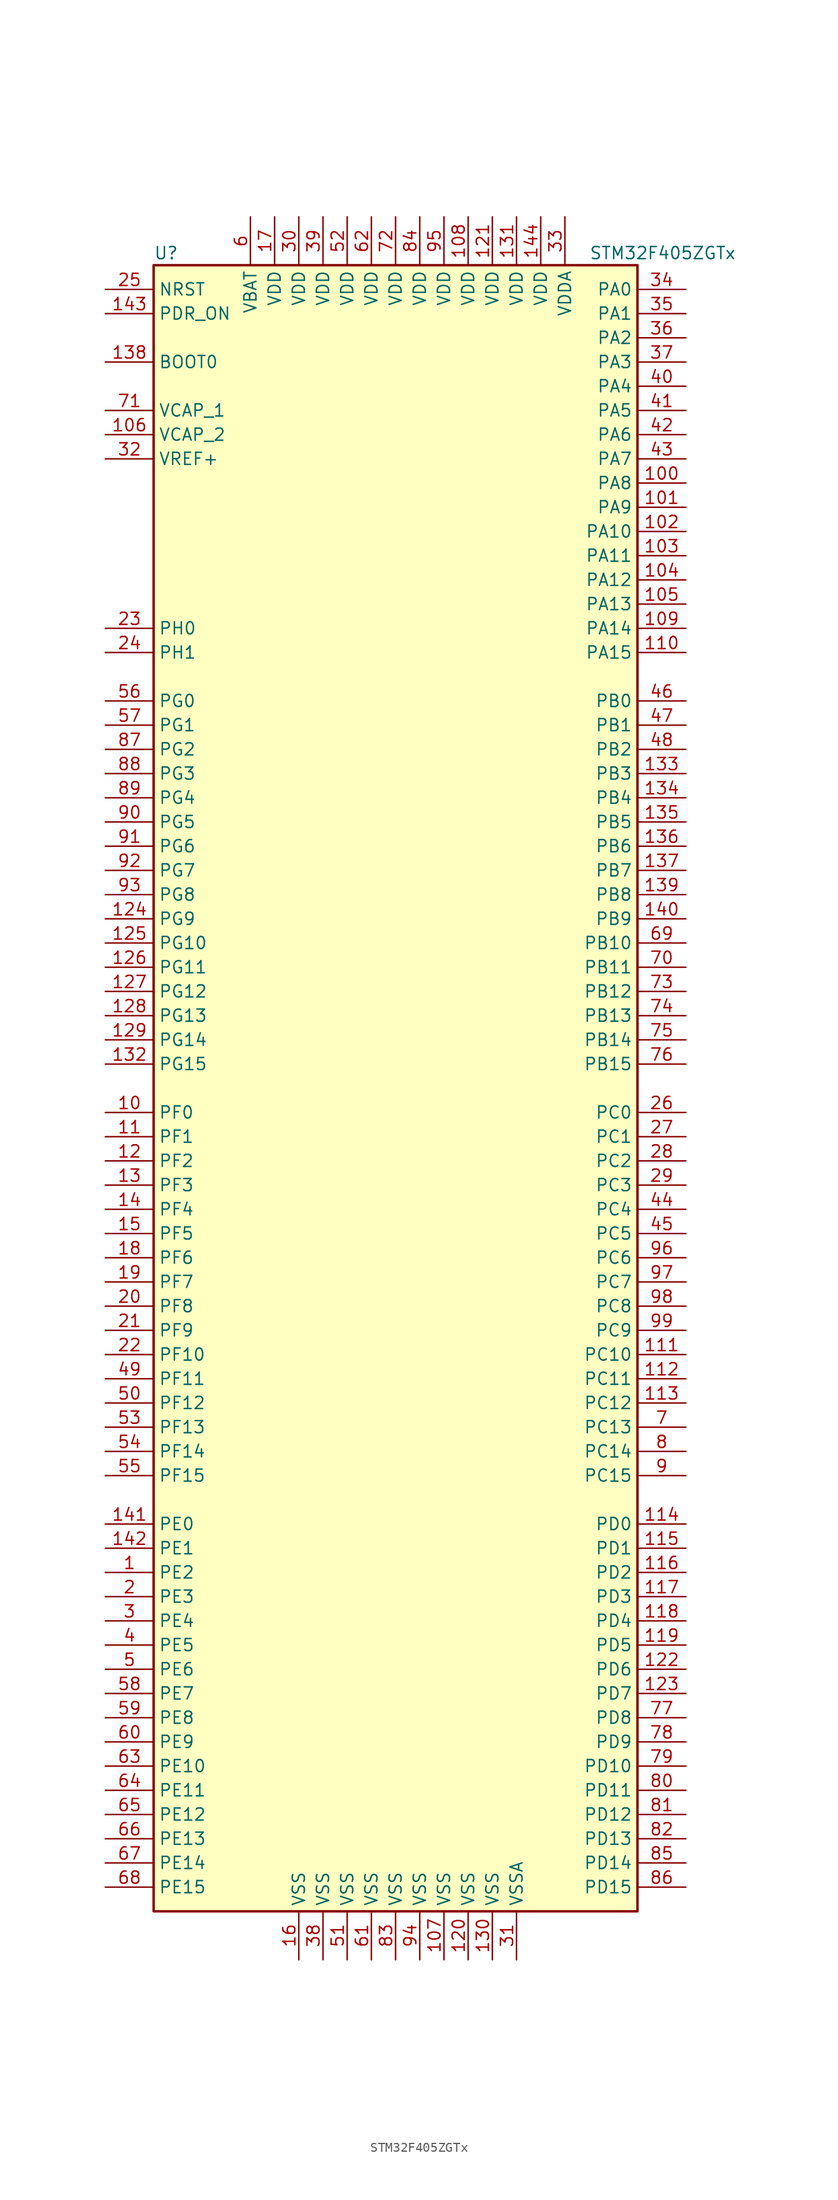
<source format=kicad_sym>
(kicad_symbol_lib
  (version 20211014)
  (generator kicad_symbol_editor)
  (symbol "STM32F405ZGTx"
    (property "Reference" "U"
      (at -25.4 87.63 0)
      (effects (font (size 1.27 1.27)) (justify left)))
    (property "Value" "STM32F405ZGTx"
      (at 20.32 87.63 0)
      (effects (font (size 1.27 1.27)) (justify left)))
    (symbol "STM32F405ZGTx_0_1"
      (rectangle (start -25.4 -86.36) (end 25.4 86.36) (stroke (width 0.254) (type default) (color 0 0 0 0)) (fill (type background))))
    (symbol "STM32F405ZGTx_1_1"
      (pin bidirectional line (at -30.48 -50.8 0) (length 5.08) (name "PE2" (effects (font (size 1.27 1.27)))) (number "1" (effects (font (size 1.27 1.27)))))
      (pin bidirectional line (at -30.48 -2.54 0) (length 5.08) (name "PF0" (effects (font (size 1.27 1.27)))) (number "10" (effects (font (size 1.27 1.27)))))
      (pin bidirectional line (at 30.48 63.5 180) (length 5.08) (name "PA8" (effects (font (size 1.27 1.27)))) (number "100" (effects (font (size 1.27 1.27)))))
      (pin bidirectional line (at 30.48 60.96 180) (length 5.08) (name "PA9" (effects (font (size 1.27 1.27)))) (number "101" (effects (font (size 1.27 1.27)))))
      (pin bidirectional line (at 30.48 58.42 180) (length 5.08) (name "PA10" (effects (font (size 1.27 1.27)))) (number "102" (effects (font (size 1.27 1.27)))))
      (pin bidirectional line (at 30.48 55.88 180) (length 5.08) (name "PA11" (effects (font (size 1.27 1.27)))) (number "103" (effects (font (size 1.27 1.27)))))
      (pin bidirectional line (at 30.48 53.34 180) (length 5.08) (name "PA12" (effects (font (size 1.27 1.27)))) (number "104" (effects (font (size 1.27 1.27)))))
      (pin bidirectional line (at 30.48 50.8 180) (length 5.08) (name "PA13" (effects (font (size 1.27 1.27)))) (number "105" (effects (font (size 1.27 1.27)))))
      (pin power_in line (at -30.48 68.58 0) (length 5.08) (name "VCAP_2" (effects (font (size 1.27 1.27)))) (number "106" (effects (font (size 1.27 1.27)))))
      (pin power_in line (at 5.08 -91.44 90) (length 5.08) (name "VSS" (effects (font (size 1.27 1.27)))) (number "107" (effects (font (size 1.27 1.27)))))
      (pin power_in line (at 7.62 91.44 270) (length 5.08) (name "VDD" (effects (font (size 1.27 1.27)))) (number "108" (effects (font (size 1.27 1.27)))))
      (pin bidirectional line (at 30.48 48.26 180) (length 5.08) (name "PA14" (effects (font (size 1.27 1.27)))) (number "109" (effects (font (size 1.27 1.27)))))
      (pin bidirectional line (at -30.48 -5.08 0) (length 5.08) (name "PF1" (effects (font (size 1.27 1.27)))) (number "11" (effects (font (size 1.27 1.27)))))
      (pin bidirectional line (at 30.48 45.72 180) (length 5.08) (name "PA15" (effects (font (size 1.27 1.27)))) (number "110" (effects (font (size 1.27 1.27)))))
      (pin bidirectional line (at 30.48 -27.94 180) (length 5.08) (name "PC10" (effects (font (size 1.27 1.27)))) (number "111" (effects (font (size 1.27 1.27)))))
      (pin bidirectional line (at 30.48 -30.48 180) (length 5.08) (name "PC11" (effects (font (size 1.27 1.27)))) (number "112" (effects (font (size 1.27 1.27)))))
      (pin bidirectional line (at 30.48 -33.02 180) (length 5.08) (name "PC12" (effects (font (size 1.27 1.27)))) (number "113" (effects (font (size 1.27 1.27)))))
      (pin bidirectional line (at 30.48 -45.72 180) (length 5.08) (name "PD0" (effects (font (size 1.27 1.27)))) (number "114" (effects (font (size 1.27 1.27)))))
      (pin bidirectional line (at 30.48 -48.26 180) (length 5.08) (name "PD1" (effects (font (size 1.27 1.27)))) (number "115" (effects (font (size 1.27 1.27)))))
      (pin bidirectional line (at 30.48 -50.8 180) (length 5.08) (name "PD2" (effects (font (size 1.27 1.27)))) (number "116" (effects (font (size 1.27 1.27)))))
      (pin bidirectional line (at 30.48 -53.34 180) (length 5.08) (name "PD3" (effects (font (size 1.27 1.27)))) (number "117" (effects (font (size 1.27 1.27)))))
      (pin bidirectional line (at 30.48 -55.88 180) (length 5.08) (name "PD4" (effects (font (size 1.27 1.27)))) (number "118" (effects (font (size 1.27 1.27)))))
      (pin bidirectional line (at 30.48 -58.42 180) (length 5.08) (name "PD5" (effects (font (size 1.27 1.27)))) (number "119" (effects (font (size 1.27 1.27)))))
      (pin bidirectional line (at -30.48 -7.62 0) (length 5.08) (name "PF2" (effects (font (size 1.27 1.27)))) (number "12" (effects (font (size 1.27 1.27)))))
      (pin power_in line (at 7.62 -91.44 90) (length 5.08) (name "VSS" (effects (font (size 1.27 1.27)))) (number "120" (effects (font (size 1.27 1.27)))))
      (pin power_in line (at 10.16 91.44 270) (length 5.08) (name "VDD" (effects (font (size 1.27 1.27)))) (number "121" (effects (font (size 1.27 1.27)))))
      (pin bidirectional line (at 30.48 -60.96 180) (length 5.08) (name "PD6" (effects (font (size 1.27 1.27)))) (number "122" (effects (font (size 1.27 1.27)))))
      (pin bidirectional line (at 30.48 -63.5 180) (length 5.08) (name "PD7" (effects (font (size 1.27 1.27)))) (number "123" (effects (font (size 1.27 1.27)))))
      (pin bidirectional line (at -30.48 17.78 0) (length 5.08) (name "PG9" (effects (font (size 1.27 1.27)))) (number "124" (effects (font (size 1.27 1.27)))))
      (pin bidirectional line (at -30.48 15.24 0) (length 5.08) (name "PG10" (effects (font (size 1.27 1.27)))) (number "125" (effects (font (size 1.27 1.27)))))
      (pin bidirectional line (at -30.48 12.7 0) (length 5.08) (name "PG11" (effects (font (size 1.27 1.27)))) (number "126" (effects (font (size 1.27 1.27)))))
      (pin bidirectional line (at -30.48 10.16 0) (length 5.08) (name "PG12" (effects (font (size 1.27 1.27)))) (number "127" (effects (font (size 1.27 1.27)))))
      (pin bidirectional line (at -30.48 7.62 0) (length 5.08) (name "PG13" (effects (font (size 1.27 1.27)))) (number "128" (effects (font (size 1.27 1.27)))))
      (pin bidirectional line (at -30.48 5.08 0) (length 5.08) (name "PG14" (effects (font (size 1.27 1.27)))) (number "129" (effects (font (size 1.27 1.27)))))
      (pin bidirectional line (at -30.48 -10.16 0) (length 5.08) (name "PF3" (effects (font (size 1.27 1.27)))) (number "13" (effects (font (size 1.27 1.27)))))
      (pin power_in line (at 10.16 -91.44 90) (length 5.08) (name "VSS" (effects (font (size 1.27 1.27)))) (number "130" (effects (font (size 1.27 1.27)))))
      (pin power_in line (at 12.7 91.44 270) (length 5.08) (name "VDD" (effects (font (size 1.27 1.27)))) (number "131" (effects (font (size 1.27 1.27)))))
      (pin bidirectional line (at -30.48 2.54 0) (length 5.08) (name "PG15" (effects (font (size 1.27 1.27)))) (number "132" (effects (font (size 1.27 1.27)))))
      (pin bidirectional line (at 30.48 33.02 180) (length 5.08) (name "PB3" (effects (font (size 1.27 1.27)))) (number "133" (effects (font (size 1.27 1.27)))))
      (pin bidirectional line (at 30.48 30.48 180) (length 5.08) (name "PB4" (effects (font (size 1.27 1.27)))) (number "134" (effects (font (size 1.27 1.27)))))
      (pin bidirectional line (at 30.48 27.94 180) (length 5.08) (name "PB5" (effects (font (size 1.27 1.27)))) (number "135" (effects (font (size 1.27 1.27)))))
      (pin bidirectional line (at 30.48 25.4 180) (length 5.08) (name "PB6" (effects (font (size 1.27 1.27)))) (number "136" (effects (font (size 1.27 1.27)))))
      (pin bidirectional line (at 30.48 22.86 180) (length 5.08) (name "PB7" (effects (font (size 1.27 1.27)))) (number "137" (effects (font (size 1.27 1.27)))))
      (pin input line (at -30.48 76.2 0) (length 5.08) (name "BOOT0" (effects (font (size 1.27 1.27)))) (number "138" (effects (font (size 1.27 1.27)))))
      (pin bidirectional line (at 30.48 20.32 180) (length 5.08) (name "PB8" (effects (font (size 1.27 1.27)))) (number "139" (effects (font (size 1.27 1.27)))))
      (pin bidirectional line (at -30.48 -12.7 0) (length 5.08) (name "PF4" (effects (font (size 1.27 1.27)))) (number "14" (effects (font (size 1.27 1.27)))))
      (pin bidirectional line (at 30.48 17.78 180) (length 5.08) (name "PB9" (effects (font (size 1.27 1.27)))) (number "140" (effects (font (size 1.27 1.27)))))
      (pin bidirectional line (at -30.48 -45.72 0) (length 5.08) (name "PE0" (effects (font (size 1.27 1.27)))) (number "141" (effects (font (size 1.27 1.27)))))
      (pin bidirectional line (at -30.48 -48.26 0) (length 5.08) (name "PE1" (effects (font (size 1.27 1.27)))) (number "142" (effects (font (size 1.27 1.27)))))
      (pin input line (at -30.48 81.28 0) (length 5.08) (name "PDR_ON" (effects (font (size 1.27 1.27)))) (number "143" (effects (font (size 1.27 1.27)))))
      (pin power_in line (at 15.24 91.44 270) (length 5.08) (name "VDD" (effects (font (size 1.27 1.27)))) (number "144" (effects (font (size 1.27 1.27)))))
      (pin bidirectional line (at -30.48 -15.24 0) (length 5.08) (name "PF5" (effects (font (size 1.27 1.27)))) (number "15" (effects (font (size 1.27 1.27)))))
      (pin power_in line (at -10.16 -91.44 90) (length 5.08) (name "VSS" (effects (font (size 1.27 1.27)))) (number "16" (effects (font (size 1.27 1.27)))))
      (pin power_in line (at -12.7 91.44 270) (length 5.08) (name "VDD" (effects (font (size 1.27 1.27)))) (number "17" (effects (font (size 1.27 1.27)))))
      (pin bidirectional line (at -30.48 -17.78 0) (length 5.08) (name "PF6" (effects (font (size 1.27 1.27)))) (number "18" (effects (font (size 1.27 1.27)))))
      (pin bidirectional line (at -30.48 -20.32 0) (length 5.08) (name "PF7" (effects (font (size 1.27 1.27)))) (number "19" (effects (font (size 1.27 1.27)))))
      (pin bidirectional line (at -30.48 -53.34 0) (length 5.08) (name "PE3" (effects (font (size 1.27 1.27)))) (number "2" (effects (font (size 1.27 1.27)))))
      (pin bidirectional line (at -30.48 -22.86 0) (length 5.08) (name "PF8" (effects (font (size 1.27 1.27)))) (number "20" (effects (font (size 1.27 1.27)))))
      (pin bidirectional line (at -30.48 -25.4 0) (length 5.08) (name "PF9" (effects (font (size 1.27 1.27)))) (number "21" (effects (font (size 1.27 1.27)))))
      (pin bidirectional line (at -30.48 -27.94 0) (length 5.08) (name "PF10" (effects (font (size 1.27 1.27)))) (number "22" (effects (font (size 1.27 1.27)))))
      (pin input line (at -30.48 48.26 0) (length 5.08) (name "PH0" (effects (font (size 1.27 1.27)))) (number "23" (effects (font (size 1.27 1.27)))))
      (pin input line (at -30.48 45.72 0) (length 5.08) (name "PH1" (effects (font (size 1.27 1.27)))) (number "24" (effects (font (size 1.27 1.27)))))
      (pin input line (at -30.48 83.82 0) (length 5.08) (name "NRST" (effects (font (size 1.27 1.27)))) (number "25" (effects (font (size 1.27 1.27)))))
      (pin bidirectional line (at 30.48 -2.54 180) (length 5.08) (name "PC0" (effects (font (size 1.27 1.27)))) (number "26" (effects (font (size 1.27 1.27)))))
      (pin bidirectional line (at 30.48 -5.08 180) (length 5.08) (name "PC1" (effects (font (size 1.27 1.27)))) (number "27" (effects (font (size 1.27 1.27)))))
      (pin bidirectional line (at 30.48 -7.62 180) (length 5.08) (name "PC2" (effects (font (size 1.27 1.27)))) (number "28" (effects (font (size 1.27 1.27)))))
      (pin bidirectional line (at 30.48 -10.16 180) (length 5.08) (name "PC3" (effects (font (size 1.27 1.27)))) (number "29" (effects (font (size 1.27 1.27)))))
      (pin bidirectional line (at -30.48 -55.88 0) (length 5.08) (name "PE4" (effects (font (size 1.27 1.27)))) (number "3" (effects (font (size 1.27 1.27)))))
      (pin power_in line (at -10.16 91.44 270) (length 5.08) (name "VDD" (effects (font (size 1.27 1.27)))) (number "30" (effects (font (size 1.27 1.27)))))
      (pin power_in line (at 12.7 -91.44 90) (length 5.08) (name "VSSA" (effects (font (size 1.27 1.27)))) (number "31" (effects (font (size 1.27 1.27)))))
      (pin power_in line (at -30.48 66.04 0) (length 5.08) (name "VREF+" (effects (font (size 1.27 1.27)))) (number "32" (effects (font (size 1.27 1.27)))))
      (pin power_in line (at 17.78 91.44 270) (length 5.08) (name "VDDA" (effects (font (size 1.27 1.27)))) (number "33" (effects (font (size 1.27 1.27)))))
      (pin bidirectional line (at 30.48 83.82 180) (length 5.08) (name "PA0" (effects (font (size 1.27 1.27)))) (number "34" (effects (font (size 1.27 1.27)))))
      (pin bidirectional line (at 30.48 81.28 180) (length 5.08) (name "PA1" (effects (font (size 1.27 1.27)))) (number "35" (effects (font (size 1.27 1.27)))))
      (pin bidirectional line (at 30.48 78.74 180) (length 5.08) (name "PA2" (effects (font (size 1.27 1.27)))) (number "36" (effects (font (size 1.27 1.27)))))
      (pin bidirectional line (at 30.48 76.2 180) (length 5.08) (name "PA3" (effects (font (size 1.27 1.27)))) (number "37" (effects (font (size 1.27 1.27)))))
      (pin power_in line (at -7.62 -91.44 90) (length 5.08) (name "VSS" (effects (font (size 1.27 1.27)))) (number "38" (effects (font (size 1.27 1.27)))))
      (pin power_in line (at -7.62 91.44 270) (length 5.08) (name "VDD" (effects (font (size 1.27 1.27)))) (number "39" (effects (font (size 1.27 1.27)))))
      (pin bidirectional line (at -30.48 -58.42 0) (length 5.08) (name "PE5" (effects (font (size 1.27 1.27)))) (number "4" (effects (font (size 1.27 1.27)))))
      (pin bidirectional line (at 30.48 73.66 180) (length 5.08) (name "PA4" (effects (font (size 1.27 1.27)))) (number "40" (effects (font (size 1.27 1.27)))))
      (pin bidirectional line (at 30.48 71.12 180) (length 5.08) (name "PA5" (effects (font (size 1.27 1.27)))) (number "41" (effects (font (size 1.27 1.27)))))
      (pin bidirectional line (at 30.48 68.58 180) (length 5.08) (name "PA6" (effects (font (size 1.27 1.27)))) (number "42" (effects (font (size 1.27 1.27)))))
      (pin bidirectional line (at 30.48 66.04 180) (length 5.08) (name "PA7" (effects (font (size 1.27 1.27)))) (number "43" (effects (font (size 1.27 1.27)))))
      (pin bidirectional line (at 30.48 -12.7 180) (length 5.08) (name "PC4" (effects (font (size 1.27 1.27)))) (number "44" (effects (font (size 1.27 1.27)))))
      (pin bidirectional line (at 30.48 -15.24 180) (length 5.08) (name "PC5" (effects (font (size 1.27 1.27)))) (number "45" (effects (font (size 1.27 1.27)))))
      (pin bidirectional line (at 30.48 40.64 180) (length 5.08) (name "PB0" (effects (font (size 1.27 1.27)))) (number "46" (effects (font (size 1.27 1.27)))))
      (pin bidirectional line (at 30.48 38.1 180) (length 5.08) (name "PB1" (effects (font (size 1.27 1.27)))) (number "47" (effects (font (size 1.27 1.27)))))
      (pin bidirectional line (at 30.48 35.56 180) (length 5.08) (name "PB2" (effects (font (size 1.27 1.27)))) (number "48" (effects (font (size 1.27 1.27)))))
      (pin bidirectional line (at -30.48 -30.48 0) (length 5.08) (name "PF11" (effects (font (size 1.27 1.27)))) (number "49" (effects (font (size 1.27 1.27)))))
      (pin bidirectional line (at -30.48 -60.96 0) (length 5.08) (name "PE6" (effects (font (size 1.27 1.27)))) (number "5" (effects (font (size 1.27 1.27)))))
      (pin bidirectional line (at -30.48 -33.02 0) (length 5.08) (name "PF12" (effects (font (size 1.27 1.27)))) (number "50" (effects (font (size 1.27 1.27)))))
      (pin power_in line (at -5.08 -91.44 90) (length 5.08) (name "VSS" (effects (font (size 1.27 1.27)))) (number "51" (effects (font (size 1.27 1.27)))))
      (pin power_in line (at -5.08 91.44 270) (length 5.08) (name "VDD" (effects (font (size 1.27 1.27)))) (number "52" (effects (font (size 1.27 1.27)))))
      (pin bidirectional line (at -30.48 -35.56 0) (length 5.08) (name "PF13" (effects (font (size 1.27 1.27)))) (number "53" (effects (font (size 1.27 1.27)))))
      (pin bidirectional line (at -30.48 -38.1 0) (length 5.08) (name "PF14" (effects (font (size 1.27 1.27)))) (number "54" (effects (font (size 1.27 1.27)))))
      (pin bidirectional line (at -30.48 -40.64 0) (length 5.08) (name "PF15" (effects (font (size 1.27 1.27)))) (number "55" (effects (font (size 1.27 1.27)))))
      (pin bidirectional line (at -30.48 40.64 0) (length 5.08) (name "PG0" (effects (font (size 1.27 1.27)))) (number "56" (effects (font (size 1.27 1.27)))))
      (pin bidirectional line (at -30.48 38.1 0) (length 5.08) (name "PG1" (effects (font (size 1.27 1.27)))) (number "57" (effects (font (size 1.27 1.27)))))
      (pin bidirectional line (at -30.48 -63.5 0) (length 5.08) (name "PE7" (effects (font (size 1.27 1.27)))) (number "58" (effects (font (size 1.27 1.27)))))
      (pin bidirectional line (at -30.48 -66.04 0) (length 5.08) (name "PE8" (effects (font (size 1.27 1.27)))) (number "59" (effects (font (size 1.27 1.27)))))
      (pin power_in line (at -15.24 91.44 270) (length 5.08) (name "VBAT" (effects (font (size 1.27 1.27)))) (number "6" (effects (font (size 1.27 1.27)))))
      (pin bidirectional line (at -30.48 -68.58 0) (length 5.08) (name "PE9" (effects (font (size 1.27 1.27)))) (number "60" (effects (font (size 1.27 1.27)))))
      (pin power_in line (at -2.54 -91.44 90) (length 5.08) (name "VSS" (effects (font (size 1.27 1.27)))) (number "61" (effects (font (size 1.27 1.27)))))
      (pin power_in line (at -2.54 91.44 270) (length 5.08) (name "VDD" (effects (font (size 1.27 1.27)))) (number "62" (effects (font (size 1.27 1.27)))))
      (pin bidirectional line (at -30.48 -71.12 0) (length 5.08) (name "PE10" (effects (font (size 1.27 1.27)))) (number "63" (effects (font (size 1.27 1.27)))))
      (pin bidirectional line (at -30.48 -73.66 0) (length 5.08) (name "PE11" (effects (font (size 1.27 1.27)))) (number "64" (effects (font (size 1.27 1.27)))))
      (pin bidirectional line (at -30.48 -76.2 0) (length 5.08) (name "PE12" (effects (font (size 1.27 1.27)))) (number "65" (effects (font (size 1.27 1.27)))))
      (pin bidirectional line (at -30.48 -78.74 0) (length 5.08) (name "PE13" (effects (font (size 1.27 1.27)))) (number "66" (effects (font (size 1.27 1.27)))))
      (pin bidirectional line (at -30.48 -81.28 0) (length 5.08) (name "PE14" (effects (font (size 1.27 1.27)))) (number "67" (effects (font (size 1.27 1.27)))))
      (pin bidirectional line (at -30.48 -83.82 0) (length 5.08) (name "PE15" (effects (font (size 1.27 1.27)))) (number "68" (effects (font (size 1.27 1.27)))))
      (pin bidirectional line (at 30.48 15.24 180) (length 5.08) (name "PB10" (effects (font (size 1.27 1.27)))) (number "69" (effects (font (size 1.27 1.27)))))
      (pin bidirectional line (at 30.48 -35.56 180) (length 5.08) (name "PC13" (effects (font (size 1.27 1.27)))) (number "7" (effects (font (size 1.27 1.27)))))
      (pin bidirectional line (at 30.48 12.7 180) (length 5.08) (name "PB11" (effects (font (size 1.27 1.27)))) (number "70" (effects (font (size 1.27 1.27)))))
      (pin power_in line (at -30.48 71.12 0) (length 5.08) (name "VCAP_1" (effects (font (size 1.27 1.27)))) (number "71" (effects (font (size 1.27 1.27)))))
      (pin power_in line (at 0 91.44 270) (length 5.08) (name "VDD" (effects (font (size 1.27 1.27)))) (number "72" (effects (font (size 1.27 1.27)))))
      (pin bidirectional line (at 30.48 10.16 180) (length 5.08) (name "PB12" (effects (font (size 1.27 1.27)))) (number "73" (effects (font (size 1.27 1.27)))))
      (pin bidirectional line (at 30.48 7.62 180) (length 5.08) (name "PB13" (effects (font (size 1.27 1.27)))) (number "74" (effects (font (size 1.27 1.27)))))
      (pin bidirectional line (at 30.48 5.08 180) (length 5.08) (name "PB14" (effects (font (size 1.27 1.27)))) (number "75" (effects (font (size 1.27 1.27)))))
      (pin bidirectional line (at 30.48 2.54 180) (length 5.08) (name "PB15" (effects (font (size 1.27 1.27)))) (number "76" (effects (font (size 1.27 1.27)))))
      (pin bidirectional line (at 30.48 -66.04 180) (length 5.08) (name "PD8" (effects (font (size 1.27 1.27)))) (number "77" (effects (font (size 1.27 1.27)))))
      (pin bidirectional line (at 30.48 -68.58 180) (length 5.08) (name "PD9" (effects (font (size 1.27 1.27)))) (number "78" (effects (font (size 1.27 1.27)))))
      (pin bidirectional line (at 30.48 -71.12 180) (length 5.08) (name "PD10" (effects (font (size 1.27 1.27)))) (number "79" (effects (font (size 1.27 1.27)))))
      (pin bidirectional line (at 30.48 -38.1 180) (length 5.08) (name "PC14" (effects (font (size 1.27 1.27)))) (number "8" (effects (font (size 1.27 1.27)))))
      (pin bidirectional line (at 30.48 -73.66 180) (length 5.08) (name "PD11" (effects (font (size 1.27 1.27)))) (number "80" (effects (font (size 1.27 1.27)))))
      (pin bidirectional line (at 30.48 -76.2 180) (length 5.08) (name "PD12" (effects (font (size 1.27 1.27)))) (number "81" (effects (font (size 1.27 1.27)))))
      (pin bidirectional line (at 30.48 -78.74 180) (length 5.08) (name "PD13" (effects (font (size 1.27 1.27)))) (number "82" (effects (font (size 1.27 1.27)))))
      (pin power_in line (at 0 -91.44 90) (length 5.08) (name "VSS" (effects (font (size 1.27 1.27)))) (number "83" (effects (font (size 1.27 1.27)))))
      (pin power_in line (at 2.54 91.44 270) (length 5.08) (name "VDD" (effects (font (size 1.27 1.27)))) (number "84" (effects (font (size 1.27 1.27)))))
      (pin bidirectional line (at 30.48 -81.28 180) (length 5.08) (name "PD14" (effects (font (size 1.27 1.27)))) (number "85" (effects (font (size 1.27 1.27)))))
      (pin bidirectional line (at 30.48 -83.82 180) (length 5.08) (name "PD15" (effects (font (size 1.27 1.27)))) (number "86" (effects (font (size 1.27 1.27)))))
      (pin bidirectional line (at -30.48 35.56 0) (length 5.08) (name "PG2" (effects (font (size 1.27 1.27)))) (number "87" (effects (font (size 1.27 1.27)))))
      (pin bidirectional line (at -30.48 33.02 0) (length 5.08) (name "PG3" (effects (font (size 1.27 1.27)))) (number "88" (effects (font (size 1.27 1.27)))))
      (pin bidirectional line (at -30.48 30.48 0) (length 5.08) (name "PG4" (effects (font (size 1.27 1.27)))) (number "89" (effects (font (size 1.27 1.27)))))
      (pin bidirectional line (at 30.48 -40.64 180) (length 5.08) (name "PC15" (effects (font (size 1.27 1.27)))) (number "9" (effects (font (size 1.27 1.27)))))
      (pin bidirectional line (at -30.48 27.94 0) (length 5.08) (name "PG5" (effects (font (size 1.27 1.27)))) (number "90" (effects (font (size 1.27 1.27)))))
      (pin bidirectional line (at -30.48 25.4 0) (length 5.08) (name "PG6" (effects (font (size 1.27 1.27)))) (number "91" (effects (font (size 1.27 1.27)))))
      (pin bidirectional line (at -30.48 22.86 0) (length 5.08) (name "PG7" (effects (font (size 1.27 1.27)))) (number "92" (effects (font (size 1.27 1.27)))))
      (pin bidirectional line (at -30.48 20.32 0) (length 5.08) (name "PG8" (effects (font (size 1.27 1.27)))) (number "93" (effects (font (size 1.27 1.27)))))
      (pin power_in line (at 2.54 -91.44 90) (length 5.08) (name "VSS" (effects (font (size 1.27 1.27)))) (number "94" (effects (font (size 1.27 1.27)))))
      (pin power_in line (at 5.08 91.44 270) (length 5.08) (name "VDD" (effects (font (size 1.27 1.27)))) (number "95" (effects (font (size 1.27 1.27)))))
      (pin bidirectional line (at 30.48 -17.78 180) (length 5.08) (name "PC6" (effects (font (size 1.27 1.27)))) (number "96" (effects (font (size 1.27 1.27)))))
      (pin bidirectional line (at 30.48 -20.32 180) (length 5.08) (name "PC7" (effects (font (size 1.27 1.27)))) (number "97" (effects (font (size 1.27 1.27)))))
      (pin bidirectional line (at 30.48 -22.86 180) (length 5.08) (name "PC8" (effects (font (size 1.27 1.27)))) (number "98" (effects (font (size 1.27 1.27)))))
      (pin bidirectional line (at 30.48 -25.4 180) (length 5.08) (name "PC9" (effects (font (size 1.27 1.27)))) (number "99" (effects (font (size 1.27 1.27))))))))
</source>
